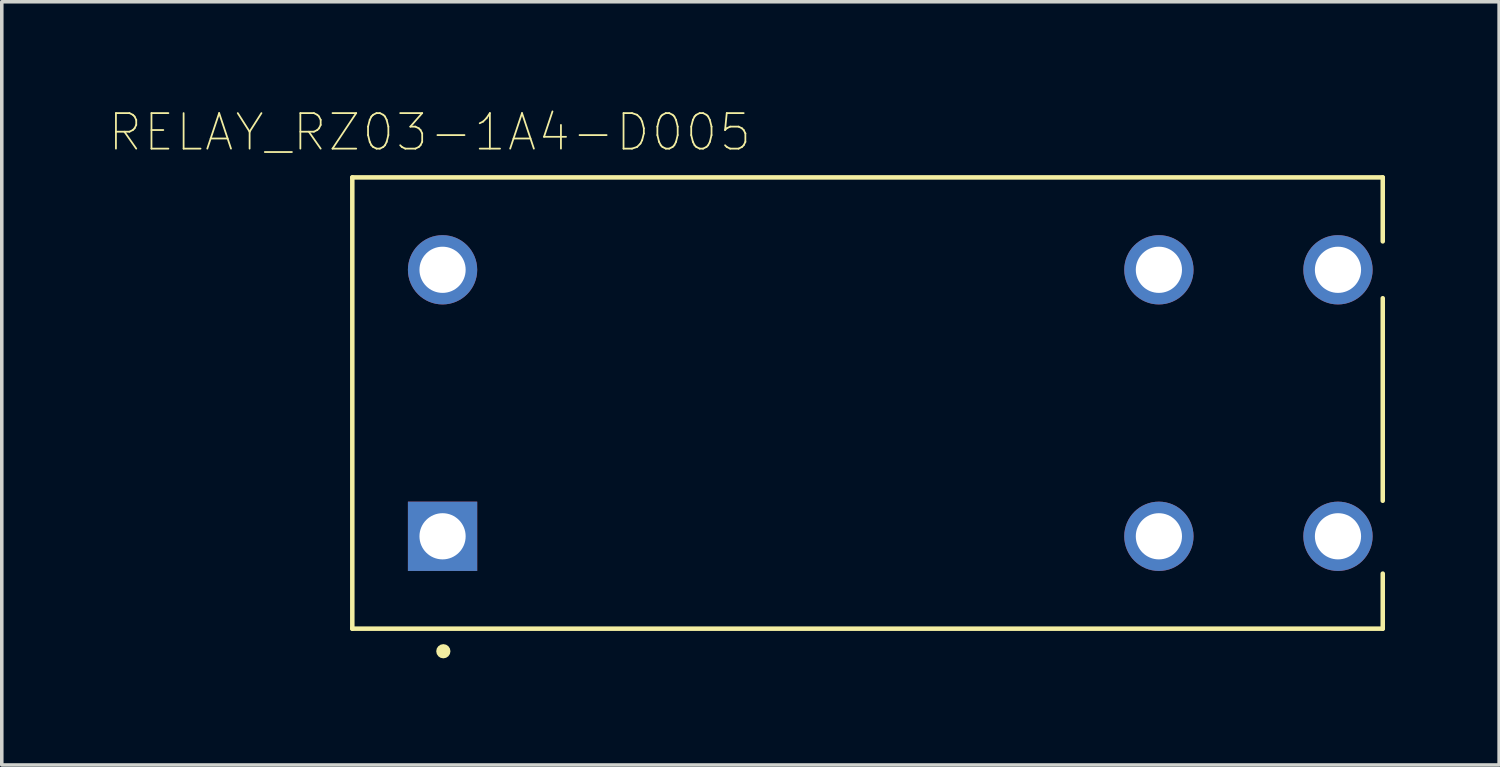
<source format=kicad_pcb>
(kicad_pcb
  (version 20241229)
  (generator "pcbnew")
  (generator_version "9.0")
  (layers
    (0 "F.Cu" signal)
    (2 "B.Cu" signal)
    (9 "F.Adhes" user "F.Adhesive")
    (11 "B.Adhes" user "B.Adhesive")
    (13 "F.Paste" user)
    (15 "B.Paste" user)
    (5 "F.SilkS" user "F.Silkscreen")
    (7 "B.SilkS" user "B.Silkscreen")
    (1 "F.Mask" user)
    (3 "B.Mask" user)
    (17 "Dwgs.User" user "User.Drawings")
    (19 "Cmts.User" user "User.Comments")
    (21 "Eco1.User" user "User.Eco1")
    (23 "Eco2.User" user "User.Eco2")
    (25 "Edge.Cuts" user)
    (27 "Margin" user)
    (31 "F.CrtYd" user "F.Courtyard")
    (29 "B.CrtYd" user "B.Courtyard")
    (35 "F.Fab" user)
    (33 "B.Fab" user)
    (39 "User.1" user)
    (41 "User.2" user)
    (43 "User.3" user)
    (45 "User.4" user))
  (footprint "RELAY_RZ03-1A4-D005"
    (layer "F.Cu")
    (at 21.365 8.293)
    (property "Reference" "RELAY_RZ03-1A4-D005" (at -12.319 -7.62 0) (layer "F.SilkS") (effects (font (size 1 1) (thickness 0.05))))
    (attr through_hole)
    (fp_line (start -14.5 -6.35) (end -14.5 6.35) (stroke (width 0.127) (type solid)) (layer "F.SilkS"))
    (fp_line (start -14.5 6.35) (end 14.5 6.35) (stroke (width 0.127) (type solid)) (layer "F.SilkS"))
    (fp_line (start 14.5 -6.35) (end -14.5 -6.35) (stroke (width 0.127) (type solid)) (layer "F.SilkS"))
    (fp_line (start 14.5 -4.55) (end 14.5 -6.35) (stroke (width 0.127) (type solid)) (layer "F.SilkS"))
    (fp_line (start 14.5 2.75) (end 14.5 -2.95) (stroke (width 0.127) (type solid)) (layer "F.SilkS"))
    (fp_line (start 14.5 6.35) (end 14.5 4.8) (stroke (width 0.127) (type solid)) (layer "F.SilkS"))
    (fp_circle (center -11.938 6.985) (end -11.838 6.985) (stroke (width 0.2) (type solid)) (fill no) (layer "F.SilkS"))
    (fp_line (start -14.75 -6.6) (end 14.75 -6.6) (stroke (width 0.05) (type solid)) (layer "Eco1.User"))
    (fp_line (start -14.75 6.6) (end -14.75 -6.6) (stroke (width 0.05) (type solid)) (layer "Eco1.User"))
    (fp_line (start 14.75 -6.6) (end 14.75 6.6) (stroke (width 0.05) (type solid)) (layer "Eco1.User"))
    (fp_line (start 14.75 6.6) (end -14.75 6.6) (stroke (width 0.05) (type solid)) (layer "Eco1.User"))
    (fp_line (start -14.5 -6.35) (end -14.5 6.35) (stroke (width 0.127) (type solid)) (layer "Eco2.User"))
    (fp_line (start -14.5 6.35) (end 14.5 6.35) (stroke (width 0.127) (type solid)) (layer "Eco2.User"))
    (fp_line (start 14.5 -6.35) (end -14.5 -6.35) (stroke (width 0.127) (type solid)) (layer "Eco2.User"))
    (fp_line (start 14.5 6.35) (end 14.5 -6.35) (stroke (width 0.127) (type solid)) (layer "Eco2.User"))
    (fp_circle (center -11.938 6.985) (end -11.838 6.985) (stroke (width 0.2) (type solid)) (fill no) (layer "Eco2.User"))
    (pad "11.1" thru_hole circle (at 8.2 3.75) (size 1.95 1.95) (drill 1.3) (layers "*.Cu" "*.Mask"))
    (pad "11.2" thru_hole circle (at 8.2 -3.75) (size 1.95 1.95) (drill 1.3) (layers "*.Cu" "*.Mask"))
    (pad "14.1" thru_hole circle (at 13.24 3.75) (size 1.95 1.95) (drill 1.3) (layers "*.Cu" "*.Mask"))
    (pad "14.2" thru_hole circle (at 13.24 -3.75) (size 1.95 1.95) (drill 1.3) (layers "*.Cu" "*.Mask"))
    (pad "A1" thru_hole rect (at -11.96 3.75) (size 1.95 1.95) (drill 1.3) (layers "*.Cu" "*.Mask"))
    (pad "A2" thru_hole circle (at -11.96 -3.75) (size 1.95 1.95) (drill 1.3) (layers "*.Cu" "*.Mask")))
  (gr_rect
    (start -3 -3)
    (end 39.14 18.478)
    (stroke (width 0.1) (type default))
    (fill no)
    (layer "Edge.Cuts")))
</source>
